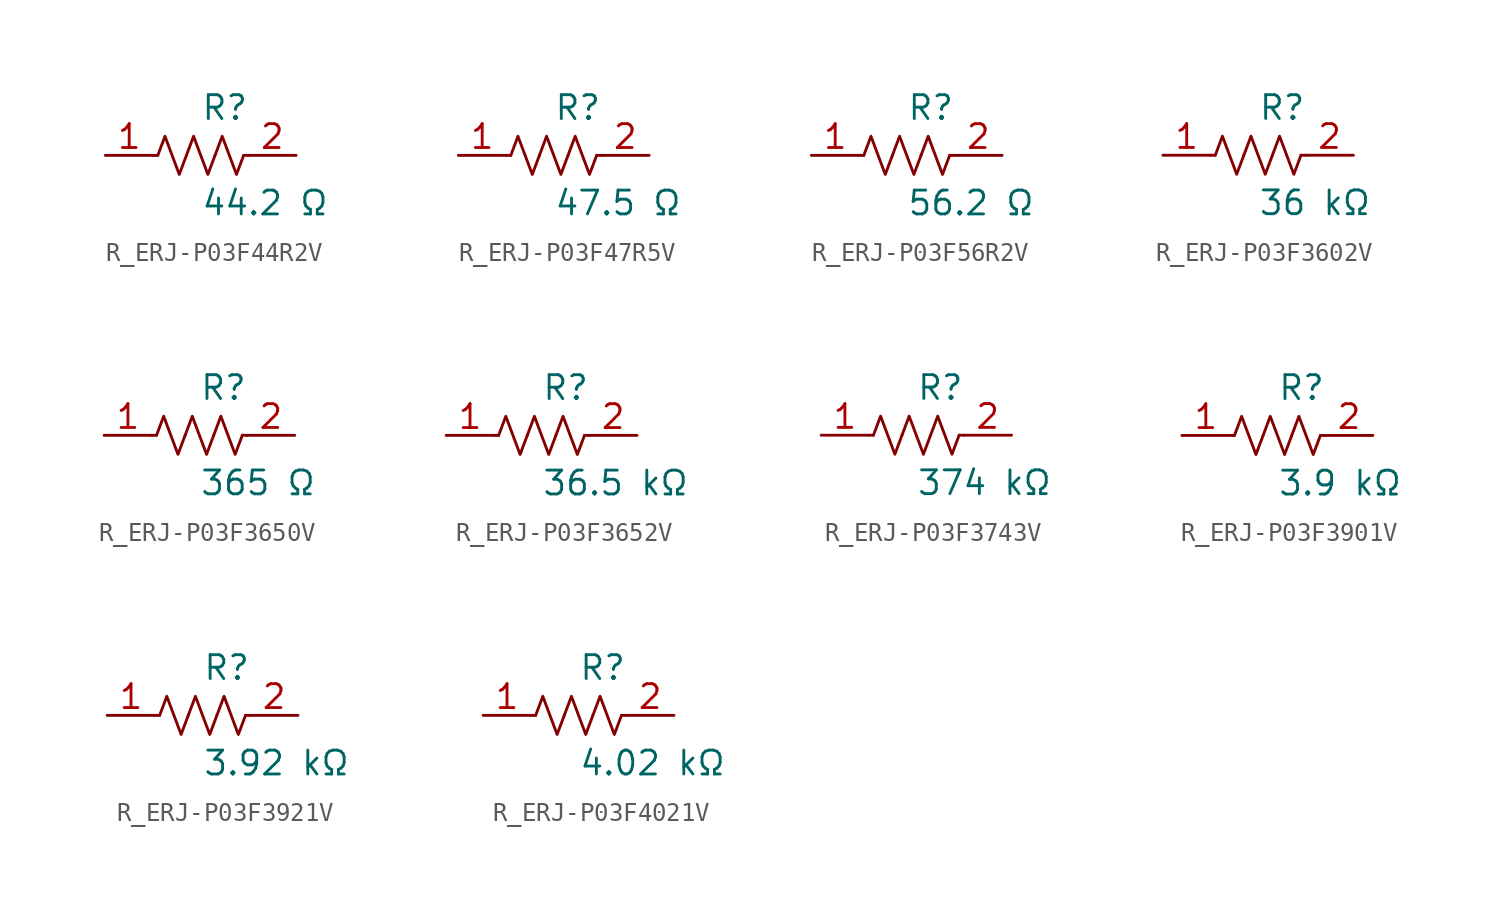
<source format=kicad_sym>
(kicad_symbol_lib
  (version 20231120)
  (generator kicad_symbol_editor)
  (generator_version 8.0)
  (symbol "R_ERJ-P03F44R2V"
    (pin_names
      (offset 0.254))
    (property "Reference" "R"
      (at 0.0 2.54 0)
      (effects (font (size 1.27 1.27)) (justify left)))
    (property "Value" "44.2 Ω"
      (at 0.0 -2.54 0)
      (effects (font (size 1.27 1.27)) (justify left)))
    (symbol "R_ERJ-P03F44R2V_0_1"
      (polyline (pts (xy 2.286 0) (xy 2.54 0)) (stroke (width 0) (type default)) (fill (type none)))
      (polyline (pts (xy -2.286 0) (xy -2.54 0)) (stroke (width 0) (type default)) (fill (type none)))
      (polyline (pts (xy 0.762 0) (xy 1.143 1.016) (xy 1.524 0) (xy 1.905 -1.016) (xy 2.286 0)) (stroke (width 0) (type default)) (fill (type none)))
      (polyline (pts (xy -0.762 0) (xy -0.381 1.016) (xy 0 0) (xy 0.381 -1.016) (xy 0.762 0)) (stroke (width 0) (type default)) (fill (type none)))
      (polyline (pts (xy -2.286 0) (xy -1.905 1.016) (xy -1.524 0) (xy -1.143 -1.016) (xy -0.762 0)) (stroke (width 0) (type default)) (fill (type none))))
    (pin unspecified line
      (at -5.08 0 0)
      (length 2.54)
      (name "" (effects (font (size 1.27 1.27))))
      (number "1" (effects (font (size 1.27 1.27)))))
    (pin unspecified line
      (at 5.08 0 180)
      (length 2.54)
      (name "" (effects (font (size 1.27 1.27))))
      (number "2" (effects (font (size 1.27 1.27))))))
  (symbol "R_ERJ-P03F47R5V"
    (pin_names
      (offset 0.254))
    (property "Reference" "R"
      (at 0.0 2.54 0)
      (effects (font (size 1.27 1.27)) (justify left)))
    (property "Value" "47.5 Ω"
      (at 0.0 -2.54 0)
      (effects (font (size 1.27 1.27)) (justify left)))
    (symbol "R_ERJ-P03F47R5V_0_1"
      (polyline (pts (xy 2.286 0) (xy 2.54 0)) (stroke (width 0) (type default)) (fill (type none)))
      (polyline (pts (xy -2.286 0) (xy -2.54 0)) (stroke (width 0) (type default)) (fill (type none)))
      (polyline (pts (xy 0.762 0) (xy 1.143 1.016) (xy 1.524 0) (xy 1.905 -1.016) (xy 2.286 0)) (stroke (width 0) (type default)) (fill (type none)))
      (polyline (pts (xy -0.762 0) (xy -0.381 1.016) (xy 0 0) (xy 0.381 -1.016) (xy 0.762 0)) (stroke (width 0) (type default)) (fill (type none)))
      (polyline (pts (xy -2.286 0) (xy -1.905 1.016) (xy -1.524 0) (xy -1.143 -1.016) (xy -0.762 0)) (stroke (width 0) (type default)) (fill (type none))))
    (pin unspecified line
      (at -5.08 0 0)
      (length 2.54)
      (name "" (effects (font (size 1.27 1.27))))
      (number "1" (effects (font (size 1.27 1.27)))))
    (pin unspecified line
      (at 5.08 0 180)
      (length 2.54)
      (name "" (effects (font (size 1.27 1.27))))
      (number "2" (effects (font (size 1.27 1.27))))))
  (symbol "R_ERJ-P03F56R2V"
    (pin_names
      (offset 0.254))
    (property "Reference" "R"
      (at 0.0 2.54 0)
      (effects (font (size 1.27 1.27)) (justify left)))
    (property "Value" "56.2 Ω"
      (at 0.0 -2.54 0)
      (effects (font (size 1.27 1.27)) (justify left)))
    (symbol "R_ERJ-P03F56R2V_0_1"
      (polyline (pts (xy 2.286 0) (xy 2.54 0)) (stroke (width 0) (type default)) (fill (type none)))
      (polyline (pts (xy -2.286 0) (xy -2.54 0)) (stroke (width 0) (type default)) (fill (type none)))
      (polyline (pts (xy 0.762 0) (xy 1.143 1.016) (xy 1.524 0) (xy 1.905 -1.016) (xy 2.286 0)) (stroke (width 0) (type default)) (fill (type none)))
      (polyline (pts (xy -0.762 0) (xy -0.381 1.016) (xy 0 0) (xy 0.381 -1.016) (xy 0.762 0)) (stroke (width 0) (type default)) (fill (type none)))
      (polyline (pts (xy -2.286 0) (xy -1.905 1.016) (xy -1.524 0) (xy -1.143 -1.016) (xy -0.762 0)) (stroke (width 0) (type default)) (fill (type none))))
    (pin unspecified line
      (at -5.08 0 0)
      (length 2.54)
      (name "" (effects (font (size 1.27 1.27))))
      (number "1" (effects (font (size 1.27 1.27)))))
    (pin unspecified line
      (at 5.08 0 180)
      (length 2.54)
      (name "" (effects (font (size 1.27 1.27))))
      (number "2" (effects (font (size 1.27 1.27))))))
  (symbol "R_ERJ-P03F3602V"
    (pin_names
      (offset 0.254))
    (property "Reference" "R"
      (at 0.0 2.54 0)
      (effects (font (size 1.27 1.27)) (justify left)))
    (property "Value" "36 kΩ"
      (at 0.0 -2.54 0)
      (effects (font (size 1.27 1.27)) (justify left)))
    (symbol "R_ERJ-P03F3602V_0_1"
      (polyline (pts (xy 2.286 0) (xy 2.54 0)) (stroke (width 0) (type default)) (fill (type none)))
      (polyline (pts (xy -2.286 0) (xy -2.54 0)) (stroke (width 0) (type default)) (fill (type none)))
      (polyline (pts (xy 0.762 0) (xy 1.143 1.016) (xy 1.524 0) (xy 1.905 -1.016) (xy 2.286 0)) (stroke (width 0) (type default)) (fill (type none)))
      (polyline (pts (xy -0.762 0) (xy -0.381 1.016) (xy 0 0) (xy 0.381 -1.016) (xy 0.762 0)) (stroke (width 0) (type default)) (fill (type none)))
      (polyline (pts (xy -2.286 0) (xy -1.905 1.016) (xy -1.524 0) (xy -1.143 -1.016) (xy -0.762 0)) (stroke (width 0) (type default)) (fill (type none))))
    (pin unspecified line
      (at -5.08 0 0)
      (length 2.54)
      (name "" (effects (font (size 1.27 1.27))))
      (number "1" (effects (font (size 1.27 1.27)))))
    (pin unspecified line
      (at 5.08 0 180)
      (length 2.54)
      (name "" (effects (font (size 1.27 1.27))))
      (number "2" (effects (font (size 1.27 1.27))))))
  (symbol "R_ERJ-P03F3650V"
    (pin_names
      (offset 0.254))
    (property "Reference" "R"
      (at 0.0 2.54 0)
      (effects (font (size 1.27 1.27)) (justify left)))
    (property "Value" "365 Ω"
      (at 0.0 -2.54 0)
      (effects (font (size 1.27 1.27)) (justify left)))
    (symbol "R_ERJ-P03F3650V_0_1"
      (polyline (pts (xy 2.286 0) (xy 2.54 0)) (stroke (width 0) (type default)) (fill (type none)))
      (polyline (pts (xy -2.286 0) (xy -2.54 0)) (stroke (width 0) (type default)) (fill (type none)))
      (polyline (pts (xy 0.762 0) (xy 1.143 1.016) (xy 1.524 0) (xy 1.905 -1.016) (xy 2.286 0)) (stroke (width 0) (type default)) (fill (type none)))
      (polyline (pts (xy -0.762 0) (xy -0.381 1.016) (xy 0 0) (xy 0.381 -1.016) (xy 0.762 0)) (stroke (width 0) (type default)) (fill (type none)))
      (polyline (pts (xy -2.286 0) (xy -1.905 1.016) (xy -1.524 0) (xy -1.143 -1.016) (xy -0.762 0)) (stroke (width 0) (type default)) (fill (type none))))
    (pin unspecified line
      (at -5.08 0 0)
      (length 2.54)
      (name "" (effects (font (size 1.27 1.27))))
      (number "1" (effects (font (size 1.27 1.27)))))
    (pin unspecified line
      (at 5.08 0 180)
      (length 2.54)
      (name "" (effects (font (size 1.27 1.27))))
      (number "2" (effects (font (size 1.27 1.27))))))
  (symbol "R_ERJ-P03F3652V"
    (pin_names
      (offset 0.254))
    (property "Reference" "R"
      (at 0.0 2.54 0)
      (effects (font (size 1.27 1.27)) (justify left)))
    (property "Value" "36.5 kΩ"
      (at 0.0 -2.54 0)
      (effects (font (size 1.27 1.27)) (justify left)))
    (symbol "R_ERJ-P03F3652V_0_1"
      (polyline (pts (xy 2.286 0) (xy 2.54 0)) (stroke (width 0) (type default)) (fill (type none)))
      (polyline (pts (xy -2.286 0) (xy -2.54 0)) (stroke (width 0) (type default)) (fill (type none)))
      (polyline (pts (xy 0.762 0) (xy 1.143 1.016) (xy 1.524 0) (xy 1.905 -1.016) (xy 2.286 0)) (stroke (width 0) (type default)) (fill (type none)))
      (polyline (pts (xy -0.762 0) (xy -0.381 1.016) (xy 0 0) (xy 0.381 -1.016) (xy 0.762 0)) (stroke (width 0) (type default)) (fill (type none)))
      (polyline (pts (xy -2.286 0) (xy -1.905 1.016) (xy -1.524 0) (xy -1.143 -1.016) (xy -0.762 0)) (stroke (width 0) (type default)) (fill (type none))))
    (pin unspecified line
      (at -5.08 0 0)
      (length 2.54)
      (name "" (effects (font (size 1.27 1.27))))
      (number "1" (effects (font (size 1.27 1.27)))))
    (pin unspecified line
      (at 5.08 0 180)
      (length 2.54)
      (name "" (effects (font (size 1.27 1.27))))
      (number "2" (effects (font (size 1.27 1.27))))))
  (symbol "R_ERJ-P03F3743V"
    (pin_names
      (offset 0.254))
    (property "Reference" "R"
      (at 0.0 2.54 0)
      (effects (font (size 1.27 1.27)) (justify left)))
    (property "Value" "374 kΩ"
      (at 0.0 -2.54 0)
      (effects (font (size 1.27 1.27)) (justify left)))
    (symbol "R_ERJ-P03F3743V_0_1"
      (polyline (pts (xy 2.286 0) (xy 2.54 0)) (stroke (width 0) (type default)) (fill (type none)))
      (polyline (pts (xy -2.286 0) (xy -2.54 0)) (stroke (width 0) (type default)) (fill (type none)))
      (polyline (pts (xy 0.762 0) (xy 1.143 1.016) (xy 1.524 0) (xy 1.905 -1.016) (xy 2.286 0)) (stroke (width 0) (type default)) (fill (type none)))
      (polyline (pts (xy -0.762 0) (xy -0.381 1.016) (xy 0 0) (xy 0.381 -1.016) (xy 0.762 0)) (stroke (width 0) (type default)) (fill (type none)))
      (polyline (pts (xy -2.286 0) (xy -1.905 1.016) (xy -1.524 0) (xy -1.143 -1.016) (xy -0.762 0)) (stroke (width 0) (type default)) (fill (type none))))
    (pin unspecified line
      (at -5.08 0 0)
      (length 2.54)
      (name "" (effects (font (size 1.27 1.27))))
      (number "1" (effects (font (size 1.27 1.27)))))
    (pin unspecified line
      (at 5.08 0 180)
      (length 2.54)
      (name "" (effects (font (size 1.27 1.27))))
      (number "2" (effects (font (size 1.27 1.27))))))
  (symbol "R_ERJ-P03F3901V"
    (pin_names
      (offset 0.254))
    (property "Reference" "R"
      (at 0.0 2.54 0)
      (effects (font (size 1.27 1.27)) (justify left)))
    (property "Value" "3.9 kΩ"
      (at 0.0 -2.54 0)
      (effects (font (size 1.27 1.27)) (justify left)))
    (symbol "R_ERJ-P03F3901V_0_1"
      (polyline (pts (xy 2.286 0) (xy 2.54 0)) (stroke (width 0) (type default)) (fill (type none)))
      (polyline (pts (xy -2.286 0) (xy -2.54 0)) (stroke (width 0) (type default)) (fill (type none)))
      (polyline (pts (xy 0.762 0) (xy 1.143 1.016) (xy 1.524 0) (xy 1.905 -1.016) (xy 2.286 0)) (stroke (width 0) (type default)) (fill (type none)))
      (polyline (pts (xy -0.762 0) (xy -0.381 1.016) (xy 0 0) (xy 0.381 -1.016) (xy 0.762 0)) (stroke (width 0) (type default)) (fill (type none)))
      (polyline (pts (xy -2.286 0) (xy -1.905 1.016) (xy -1.524 0) (xy -1.143 -1.016) (xy -0.762 0)) (stroke (width 0) (type default)) (fill (type none))))
    (pin unspecified line
      (at -5.08 0 0)
      (length 2.54)
      (name "" (effects (font (size 1.27 1.27))))
      (number "1" (effects (font (size 1.27 1.27)))))
    (pin unspecified line
      (at 5.08 0 180)
      (length 2.54)
      (name "" (effects (font (size 1.27 1.27))))
      (number "2" (effects (font (size 1.27 1.27))))))
  (symbol "R_ERJ-P03F3921V"
    (pin_names
      (offset 0.254))
    (property "Reference" "R"
      (at 0.0 2.54 0)
      (effects (font (size 1.27 1.27)) (justify left)))
    (property "Value" "3.92 kΩ"
      (at 0.0 -2.54 0)
      (effects (font (size 1.27 1.27)) (justify left)))
    (symbol "R_ERJ-P03F3921V_0_1"
      (polyline (pts (xy 2.286 0) (xy 2.54 0)) (stroke (width 0) (type default)) (fill (type none)))
      (polyline (pts (xy -2.286 0) (xy -2.54 0)) (stroke (width 0) (type default)) (fill (type none)))
      (polyline (pts (xy 0.762 0) (xy 1.143 1.016) (xy 1.524 0) (xy 1.905 -1.016) (xy 2.286 0)) (stroke (width 0) (type default)) (fill (type none)))
      (polyline (pts (xy -0.762 0) (xy -0.381 1.016) (xy 0 0) (xy 0.381 -1.016) (xy 0.762 0)) (stroke (width 0) (type default)) (fill (type none)))
      (polyline (pts (xy -2.286 0) (xy -1.905 1.016) (xy -1.524 0) (xy -1.143 -1.016) (xy -0.762 0)) (stroke (width 0) (type default)) (fill (type none))))
    (pin unspecified line
      (at -5.08 0 0)
      (length 2.54)
      (name "" (effects (font (size 1.27 1.27))))
      (number "1" (effects (font (size 1.27 1.27)))))
    (pin unspecified line
      (at 5.08 0 180)
      (length 2.54)
      (name "" (effects (font (size 1.27 1.27))))
      (number "2" (effects (font (size 1.27 1.27))))))
  (symbol "R_ERJ-P03F4021V"
    (pin_names
      (offset 0.254))
    (property "Reference" "R"
      (at 0.0 2.54 0)
      (effects (font (size 1.27 1.27)) (justify left)))
    (property "Value" "4.02 kΩ"
      (at 0.0 -2.54 0)
      (effects (font (size 1.27 1.27)) (justify left)))
    (symbol "R_ERJ-P03F4021V_0_1"
      (polyline (pts (xy 2.286 0) (xy 2.54 0)) (stroke (width 0) (type default)) (fill (type none)))
      (polyline (pts (xy -2.286 0) (xy -2.54 0)) (stroke (width 0) (type default)) (fill (type none)))
      (polyline (pts (xy 0.762 0) (xy 1.143 1.016) (xy 1.524 0) (xy 1.905 -1.016) (xy 2.286 0)) (stroke (width 0) (type default)) (fill (type none)))
      (polyline (pts (xy -0.762 0) (xy -0.381 1.016) (xy 0 0) (xy 0.381 -1.016) (xy 0.762 0)) (stroke (width 0) (type default)) (fill (type none)))
      (polyline (pts (xy -2.286 0) (xy -1.905 1.016) (xy -1.524 0) (xy -1.143 -1.016) (xy -0.762 0)) (stroke (width 0) (type default)) (fill (type none))))
    (pin unspecified line
      (at -5.08 0 0)
      (length 2.54)
      (name "" (effects (font (size 1.27 1.27))))
      (number "1" (effects (font (size 1.27 1.27)))))
    (pin unspecified line
      (at 5.08 0 180)
      (length 2.54)
      (name "" (effects (font (size 1.27 1.27))))
      (number "2" (effects (font (size 1.27 1.27)))))))
</source>
